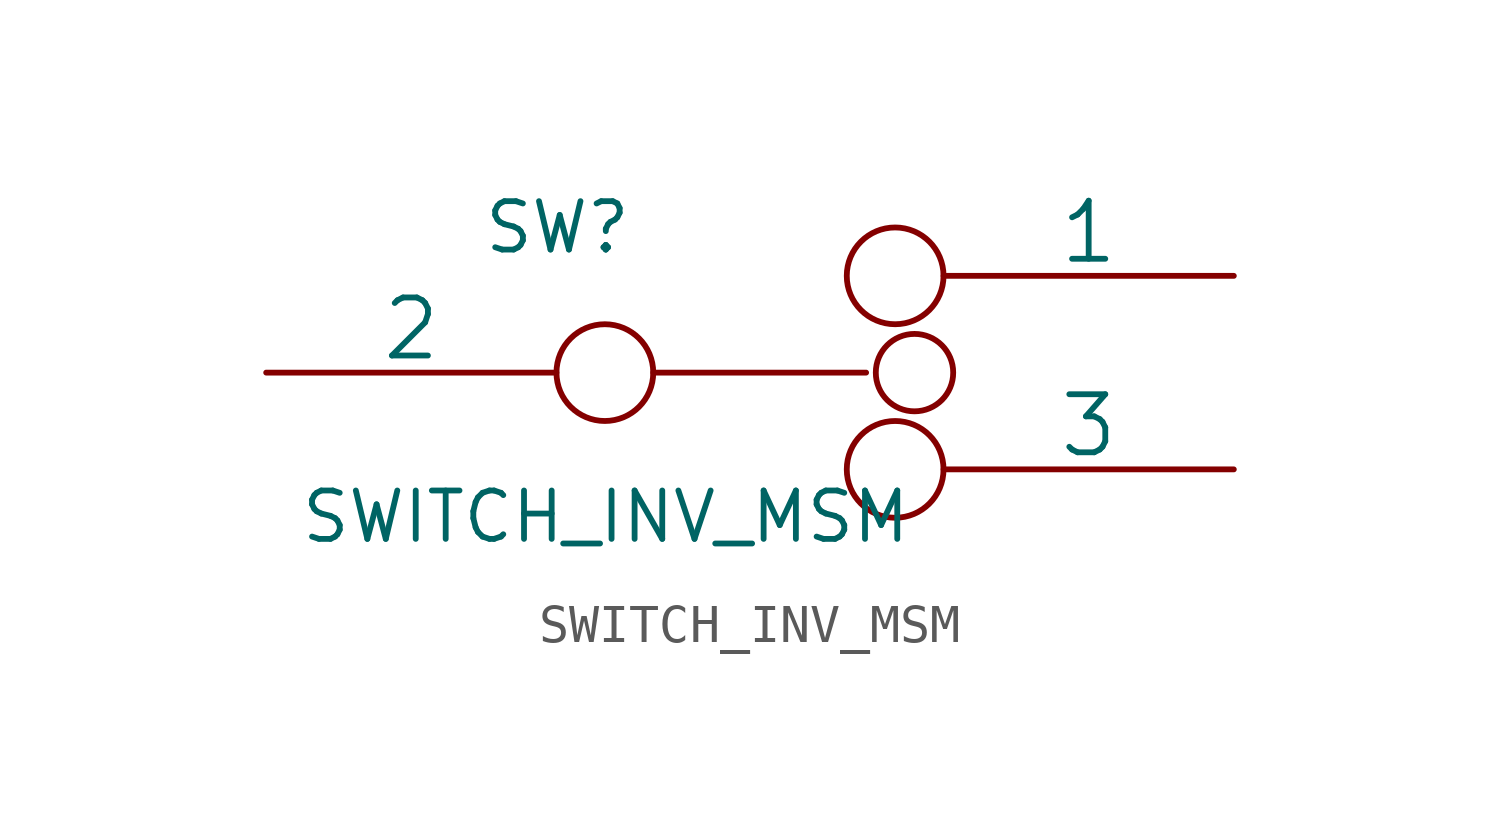
<source format=kicad_sym>
(kicad_symbol_lib
  (version 20220914)
  (generator kicad_symbol_editor)
  (symbol "SWITCH_INV_MSM"
    (pin_numbers hide)
    (pin_names
      (offset 0))
    (property "Reference" "SW"
      (at -5.055 3.81 0)
      (effects (font (size 1.27 1.27))))
    (property "Value" "SWITCH_INV_MSM"
      (at -3.785 -3.785 0)
      (effects (font (size 1.27 1.27))))
    (symbol "SWITCH_INV_MSM_0_0"
      (circle (center -3.81 0) (radius 1.27) (stroke (width 0) (type solid)) (fill (type none)))
      (circle (center 3.81 -2.54) (radius 1.27) (stroke (width 0) (type solid)) (fill (type none))))
    (symbol "SWITCH_INV_MSM_0_1"
      (polyline (pts (xy -2.54 0) (xy 3.048 0) (xy 3.048 0) (xy 3.048 0) (xy 3.048 0)) (stroke (width 0) (type solid)) (fill (type none)))
      (circle (center 3.81 2.54) (radius 1.27) (stroke (width 0) (type solid)) (fill (type none)))
      (circle (center 4.318 0) (radius 1.016) (stroke (width 0) (type solid)) (fill (type none))))
    (symbol "SWITCH_INV_MSM_1_1"
      (pin passive line (at 12.7 2.54 180) (length 7.62) (name "1" (effects (font (size 1.524 1.524)))) (number "1" (effects (font (size 1.524 1.524)))))
      (pin passive line (at -12.7 0 0) (length 7.62) (name "2" (effects (font (size 1.524 1.524)))) (number "2" (effects (font (size 1.524 1.524)))))
      (pin passive line (at 12.7 -2.54 180) (length 7.62) (name "3" (effects (font (size 1.524 1.524)))) (number "3" (effects (font (size 1.524 1.524))))))))
</source>
